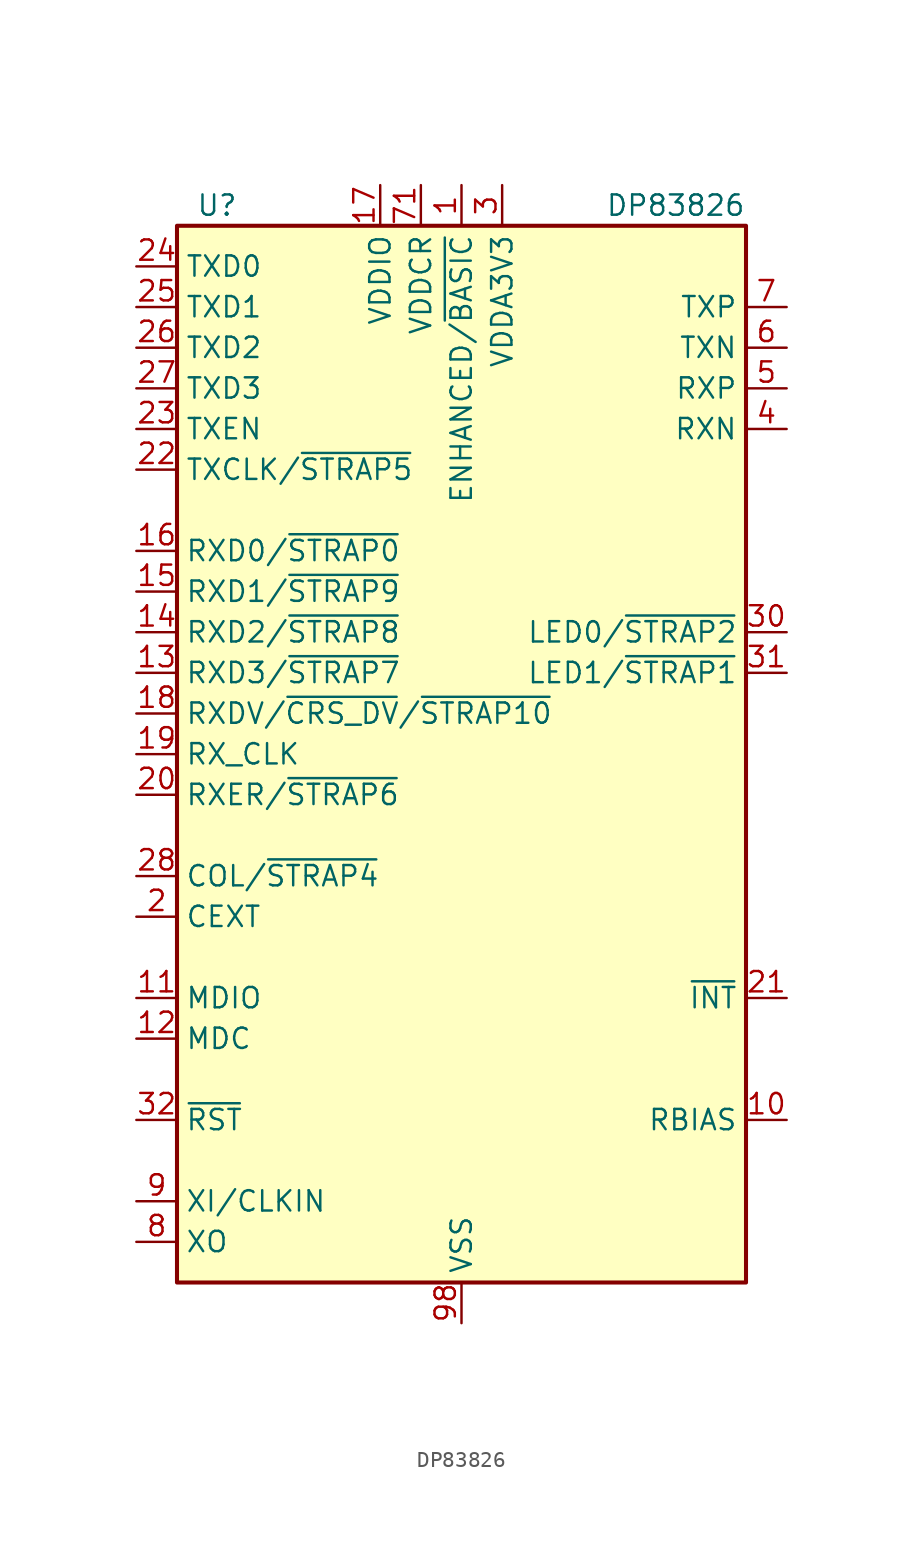
<source format=kicad_sym>
(kicad_symbol_lib
  (version 20211014)
  (generator kicad_symbol_editor)
  (symbol "DP83826"
    (property "Reference" "U"
      (at -13.97 34.29 0)
      (effects (font (size 1.27 1.27)) (justify right)))
    (property "Value" "DP83826"
      (at 17.78 34.29 0)
      (effects (font (size 1.27 1.27)) (justify right)))
    (symbol "DP83826_0_1"
      (rectangle (start -17.78 33.02) (end 17.78 -33.02) (stroke (width 0.254) (type default) (color 0 0 0 0)) (fill (type background))))
    (symbol "DP83826_1_1"
      (pin input line (at 0 35.56 270) (length 2.54) (name "ENHANCED/~{BASIC}" (effects (font (size 1.27 1.27)))) (number "1" (effects (font (size 1.27 1.27)))))
      (pin passive line (at 20.32 -22.86 180) (length 2.54) (name "RBIAS" (effects (font (size 1.27 1.27)))) (number "10" (effects (font (size 1.27 1.27)))))
      (pin bidirectional line (at -20.32 -15.24 0) (length 2.54) (name "MDIO" (effects (font (size 1.27 1.27)))) (number "11" (effects (font (size 1.27 1.27)))))
      (pin input line (at -20.32 -17.78 0) (length 2.54) (name "MDC" (effects (font (size 1.27 1.27)))) (number "12" (effects (font (size 1.27 1.27)))))
      (pin bidirectional line (at -20.32 5.08 0) (length 2.54) (name "RXD3/~{STRAP7}" (effects (font (size 1.27 1.27)))) (number "13" (effects (font (size 1.27 1.27)))))
      (pin bidirectional line (at -20.32 7.62 0) (length 2.54) (name "RXD2/~{STRAP8}" (effects (font (size 1.27 1.27)))) (number "14" (effects (font (size 1.27 1.27)))))
      (pin bidirectional line (at -20.32 10.16 0) (length 2.54) (name "RXD1/~{STRAP9}" (effects (font (size 1.27 1.27)))) (number "15" (effects (font (size 1.27 1.27)))))
      (pin bidirectional line (at -20.32 12.7 0) (length 2.54) (name "RXD0/~{STRAP0}" (effects (font (size 1.27 1.27)))) (number "16" (effects (font (size 1.27 1.27)))))
      (pin power_in line (at -5.08 35.56 270) (length 2.54) (name "VDDIO" (effects (font (size 1.27 1.27)))) (number "17" (effects (font (size 1.27 1.27)))))
      (pin output line (at -20.32 2.54 0) (length 2.54) (name "RXDV/~{CRS_DV}/~{STRAP10}" (effects (font (size 1.27 1.27)))) (number "18" (effects (font (size 1.27 1.27)))))
      (pin input line (at -20.32 0 0) (length 2.54) (name "RX_CLK" (effects (font (size 1.27 1.27)))) (number "19" (effects (font (size 1.27 1.27)))))
      (pin bidirectional line (at -20.32 -10.16 0) (length 2.54) (name "CEXT" (effects (font (size 1.27 1.27)))) (number "2" (effects (font (size 1.27 1.27)))))
      (pin bidirectional line (at -20.32 -2.54 0) (length 2.54) (name "RXER/~{STRAP6}" (effects (font (size 1.27 1.27)))) (number "20" (effects (font (size 1.27 1.27)))))
      (pin bidirectional line (at 20.32 -15.24 180) (length 2.54) (name "~{INT}" (effects (font (size 1.27 1.27)))) (number "21" (effects (font (size 1.27 1.27)))))
      (pin output line (at -20.32 17.78 0) (length 2.54) (name "TXCLK/~{STRAP5}" (effects (font (size 1.27 1.27)))) (number "22" (effects (font (size 1.27 1.27)))))
      (pin input line (at -20.32 20.32 0) (length 2.54) (name "TXEN" (effects (font (size 1.27 1.27)))) (number "23" (effects (font (size 1.27 1.27)))))
      (pin input line (at -20.32 30.48 0) (length 2.54) (name "TXD0" (effects (font (size 1.27 1.27)))) (number "24" (effects (font (size 1.27 1.27)))))
      (pin input line (at -20.32 27.94 0) (length 2.54) (name "TXD1" (effects (font (size 1.27 1.27)))) (number "25" (effects (font (size 1.27 1.27)))))
      (pin input line (at -20.32 25.4 0) (length 2.54) (name "TXD2" (effects (font (size 1.27 1.27)))) (number "26" (effects (font (size 1.27 1.27)))))
      (pin input line (at -20.32 22.86 0) (length 2.54) (name "TXD3" (effects (font (size 1.27 1.27)))) (number "27" (effects (font (size 1.27 1.27)))))
      (pin bidirectional line (at -20.32 -7.62 0) (length 2.54) (name "COL/~{STRAP4}" (effects (font (size 1.27 1.27)))) (number "28" (effects (font (size 1.27 1.27)))))
      (pin power_in line (at 2.54 35.56 270) (length 2.54) (name "VDDA3V3" (effects (font (size 1.27 1.27)))) (number "3" (effects (font (size 1.27 1.27)))))
      (pin bidirectional line (at 20.32 7.62 180) (length 2.54) (name "LED0/~{STRAP2}" (effects (font (size 1.27 1.27)))) (number "30" (effects (font (size 1.27 1.27)))))
      (pin bidirectional line (at 20.32 5.08 180) (length 2.54) (name "LED1/~{STRAP1}" (effects (font (size 1.27 1.27)))) (number "31" (effects (font (size 1.27 1.27)))))
      (pin input line (at -20.32 -22.86 0) (length 2.54) (name "~{RST}" (effects (font (size 1.27 1.27)))) (number "32" (effects (font (size 1.27 1.27)))))
      (pin bidirectional line (at 20.32 20.32 180) (length 2.54) (name "RXN" (effects (font (size 1.27 1.27)))) (number "4" (effects (font (size 1.27 1.27)))))
      (pin bidirectional line (at 20.32 22.86 180) (length 2.54) (name "RXP" (effects (font (size 1.27 1.27)))) (number "5" (effects (font (size 1.27 1.27)))))
      (pin bidirectional line (at 20.32 25.4 180) (length 2.54) (name "TXN" (effects (font (size 1.27 1.27)))) (number "6" (effects (font (size 1.27 1.27)))))
      (pin bidirectional line (at 20.32 27.94 180) (length 2.54) (name "TXP" (effects (font (size 1.27 1.27)))) (number "7" (effects (font (size 1.27 1.27)))))
      (pin power_in line (at -2.54 35.56 270) (length 2.54) (name "VDDCR" (effects (font (size 1.27 1.27)))) (number "71" (effects (font (size 1.27 1.27)))))
      (pin output line (at -20.32 -30.48 0) (length 2.54) (name "XO" (effects (font (size 1.27 1.27)))) (number "8" (effects (font (size 1.27 1.27)))))
      (pin input line (at -20.32 -27.94 0) (length 2.54) (name "XI/CLKIN" (effects (font (size 1.27 1.27)))) (number "9" (effects (font (size 1.27 1.27)))))
      (pin power_in line (at 0 -35.56 90) (length 2.54) (name "VSS" (effects (font (size 1.27 1.27)))) (number "98" (effects (font (size 1.27 1.27))))))))
</source>
